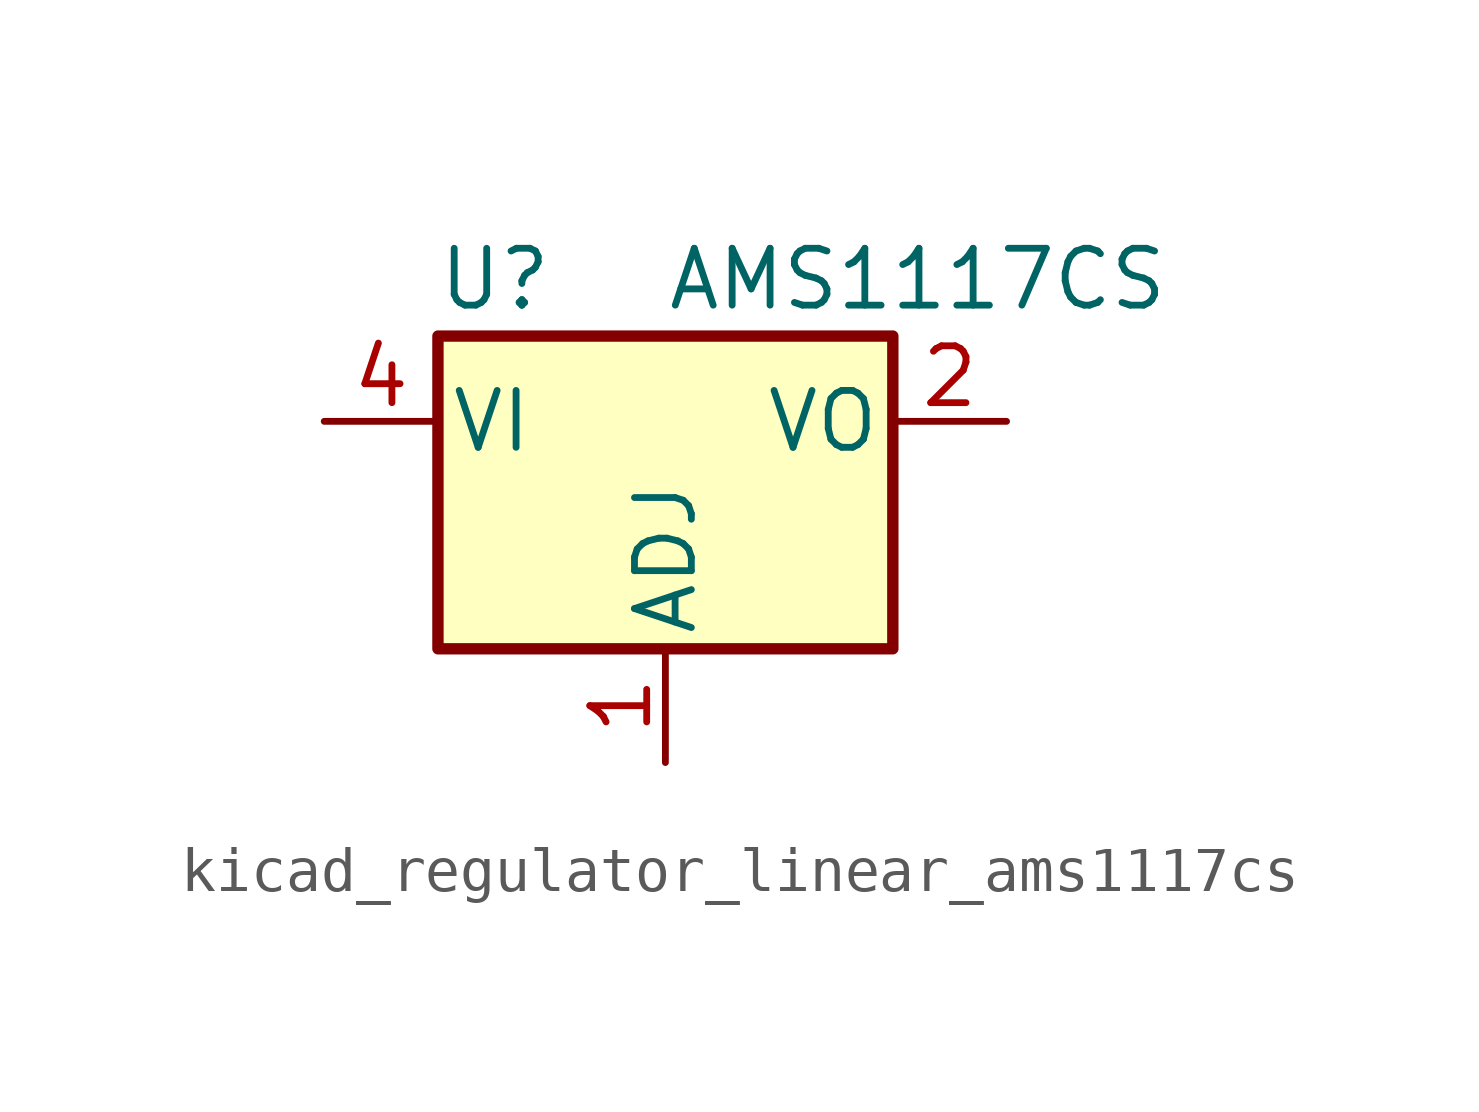
<source format=kicad_sym>
(kicad_symbol_lib
  (version 20220914)
  (generator kicad_symbol_editor)
  (symbol "kicad_regulator_linear_ams1117cs"
    (pin_names
      (offset 0.254))
    (property "Reference" "U"
      (at -3.81 3.175 0)
      (effects (font (size 1.27 1.27))))
    (property "Value" "AMS1117CS"
      (at 0 3.175 0)
      (effects (font (size 1.27 1.27)) (justify left)))
    (symbol "kicad_regulator_linear_ams1117cs_0_1"
      (rectangle (start -5.08 -5.08) (end 5.08 1.905) (stroke (width 0.254) (type default)) (fill (type background))))
    (symbol "kicad_regulator_linear_ams1117cs_1_1"
      (pin input line (at 0 -7.62 90) (length 2.54) (name "ADJ" (effects (font (size 1.27 1.27)))) (number "1" (effects (font (size 1.27 1.27)))))
      (pin power_out line (at 7.62 0 180) (length 2.54) (name "VO" (effects (font (size 1.27 1.27)))) (number "2" (effects (font (size 1.27 1.27)))))
      (pin passive line (at 7.62 0 180) (length 2.54) hide (name "VO" (effects (font (size 1.27 1.27)))) (number "3" (effects (font (size 1.27 1.27)))))
      (pin power_in line (at -7.62 0 0) (length 2.54) (name "VI" (effects (font (size 1.27 1.27)))) (number "4" (effects (font (size 1.27 1.27)))))
      (pin no_connect line (at -2.54 -2.54 180) (length 2.54) hide (name "NC" (effects (font (size 1.27 1.27)))) (number "5" (effects (font (size 1.27 1.27)))))
      (pin passive line (at 7.62 0 180) (length 2.54) hide (name "VO" (effects (font (size 1.27 1.27)))) (number "6" (effects (font (size 1.27 1.27)))))
      (pin passive line (at 7.62 0 180) (length 2.54) hide (name "VO" (effects (font (size 1.27 1.27)))) (number "7" (effects (font (size 1.27 1.27)))))
      (pin no_connect line (at 2.54 -2.54 0) (length 2.54) hide (name "NC" (effects (font (size 1.27 1.27)))) (number "8" (effects (font (size 1.27 1.27))))))))
</source>
